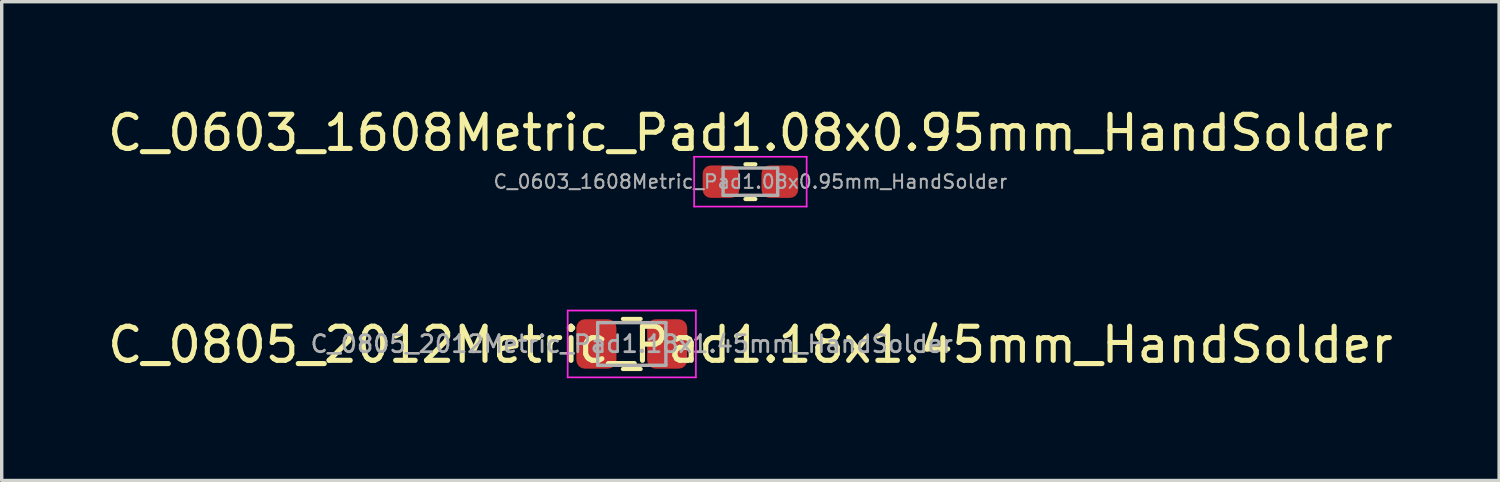
<source format=kicad_pcb>
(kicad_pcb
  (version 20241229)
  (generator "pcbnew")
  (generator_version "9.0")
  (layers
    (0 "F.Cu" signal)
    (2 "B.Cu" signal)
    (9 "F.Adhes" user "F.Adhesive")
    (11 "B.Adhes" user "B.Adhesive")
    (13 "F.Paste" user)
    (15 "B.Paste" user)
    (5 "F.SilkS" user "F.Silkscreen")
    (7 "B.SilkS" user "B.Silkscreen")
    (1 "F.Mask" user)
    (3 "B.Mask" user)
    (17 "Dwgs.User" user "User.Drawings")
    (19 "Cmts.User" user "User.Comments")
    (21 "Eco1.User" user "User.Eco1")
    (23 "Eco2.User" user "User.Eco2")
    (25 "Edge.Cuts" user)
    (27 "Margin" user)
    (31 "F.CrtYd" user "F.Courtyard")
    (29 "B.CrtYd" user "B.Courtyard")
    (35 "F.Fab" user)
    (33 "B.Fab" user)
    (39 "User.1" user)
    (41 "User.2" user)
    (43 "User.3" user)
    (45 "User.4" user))
  (footprint "C_0603_1608Metric_Pad1.08x0.95mm_HandSolder"
    (layer "F.Cu")
    (at 18.958 2.278)
    (property "Reference" "C_0603_1608Metric_Pad1.08x0.95mm_HandSolder" (at 0 -1.43 180) (layer "F.SilkS") (effects (font (size 1 1) (thickness 0.15))))
    (attr smd)
    (fp_line (start -0.146 -0.51) (end 0.146 -0.51) (stroke (width 0.12) (type solid)) (layer "F.SilkS"))
    (fp_line (start -0.146 0.51) (end 0.146 0.51) (stroke (width 0.12) (type solid)) (layer "F.SilkS"))
    (fp_line (start -1.65 -0.73) (end 1.65 -0.73) (stroke (width 0.05) (type solid)) (layer "F.CrtYd"))
    (fp_line (start -1.65 0.73) (end -1.65 -0.73) (stroke (width 0.05) (type solid)) (layer "F.CrtYd"))
    (fp_line (start 1.65 -0.73) (end 1.65 0.73) (stroke (width 0.05) (type solid)) (layer "F.CrtYd"))
    (fp_line (start 1.65 0.73) (end -1.65 0.73) (stroke (width 0.05) (type solid)) (layer "F.CrtYd"))
    (fp_line (start -0.8 -0.4) (end 0.8 -0.4) (stroke (width 0.1) (type solid)) (layer "F.Fab"))
    (fp_line (start -0.8 0.4) (end -0.8 -0.4) (stroke (width 0.1) (type solid)) (layer "F.Fab"))
    (fp_line (start 0.8 -0.4) (end 0.8 0.4) (stroke (width 0.1) (type solid)) (layer "F.Fab"))
    (fp_line (start 0.8 0.4) (end -0.8 0.4) (stroke (width 0.1) (type solid)) (layer "F.Fab"))
    (fp_text user "${REFERENCE}" (at 0 0 180) (layer "F.Fab") (effects (font (size 0.4 0.4) (thickness 0.06))))
    (pad "1" smd roundrect (at -0.863 0) (size 1.075 0.95) (layers "F.Cu" "F.Mask" "F.Paste") (roundrect_rratio 0.25))
    (pad "2" smd roundrect (at 0.863 0) (size 1.075 0.95) (layers "F.Cu" "F.Mask" "F.Paste") (roundrect_rratio 0.25)))
  (footprint "C_0805_2012Metric_Pad1.18x1.45mm_HandSolder"
    (layer "F.Cu")
    (at 15.479 7.038)
    (property "Reference" "C_0805_2012Metric_Pad1.18x1.45mm_HandSolder" (at 3.48 0.025 0) (layer "F.SilkS") (effects (font (size 1 1) (thickness 0.15))))
    (attr smd)
    (fp_line (start -0.261 -0.735) (end 0.261 -0.735) (stroke (width 0.12) (type solid)) (layer "F.SilkS"))
    (fp_line (start -0.261 0.735) (end 0.261 0.735) (stroke (width 0.12) (type solid)) (layer "F.SilkS"))
    (fp_line (start -1.88 -0.98) (end 1.88 -0.98) (stroke (width 0.05) (type solid)) (layer "F.CrtYd"))
    (fp_line (start -1.88 0.98) (end -1.88 -0.98) (stroke (width 0.05) (type solid)) (layer "F.CrtYd"))
    (fp_line (start 1.88 -0.98) (end 1.88 0.98) (stroke (width 0.05) (type solid)) (layer "F.CrtYd"))
    (fp_line (start 1.88 0.98) (end -1.88 0.98) (stroke (width 0.05) (type solid)) (layer "F.CrtYd"))
    (fp_line (start -1 -0.625) (end 1 -0.625) (stroke (width 0.1) (type solid)) (layer "F.Fab"))
    (fp_line (start -1 0.625) (end -1 -0.625) (stroke (width 0.1) (type solid)) (layer "F.Fab"))
    (fp_line (start 1 -0.625) (end 1 0.625) (stroke (width 0.1) (type solid)) (layer "F.Fab"))
    (fp_line (start 1 0.625) (end -1 0.625) (stroke (width 0.1) (type solid)) (layer "F.Fab"))
    (fp_text user "${REFERENCE}" (at 0 0 0) (layer "F.Fab") (effects (font (size 0.5 0.5) (thickness 0.08))))
    (pad "1" smd roundrect (at -1.038 0) (size 1.175 1.45) (layers "F.Cu" "F.Mask" "F.Paste") (roundrect_rratio 0.213))
    (pad "2" smd roundrect (at 1.038 0) (size 1.175 1.45) (layers "F.Cu" "F.Mask" "F.Paste") (roundrect_rratio 0.213)))
  (gr_rect
    (start -3 -3)
    (end 40.917 11.043)
    (stroke (width 0.1) (type default))
    (fill no)
    (layer "Edge.Cuts")))
</source>
